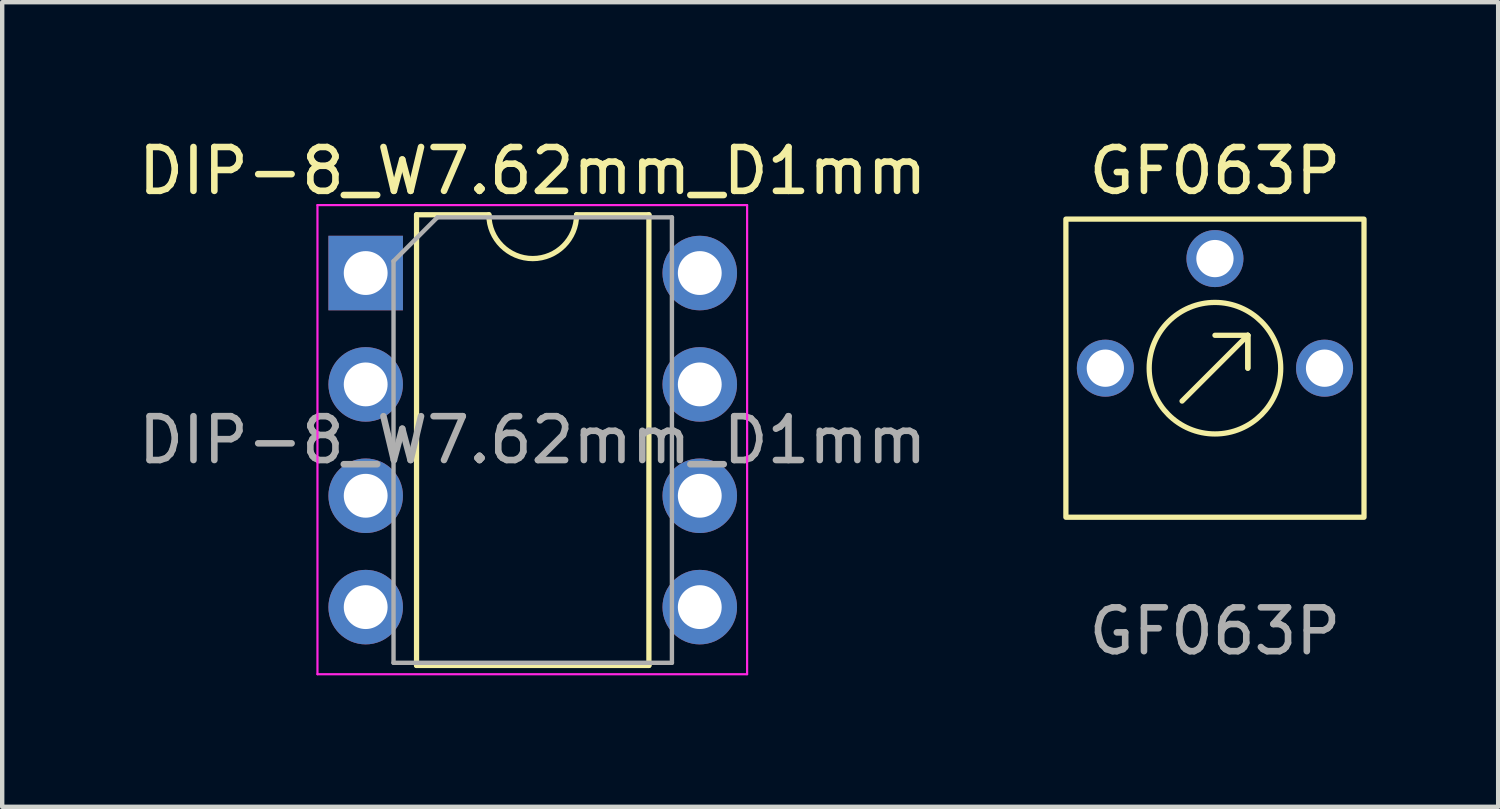
<source format=kicad_pcb>
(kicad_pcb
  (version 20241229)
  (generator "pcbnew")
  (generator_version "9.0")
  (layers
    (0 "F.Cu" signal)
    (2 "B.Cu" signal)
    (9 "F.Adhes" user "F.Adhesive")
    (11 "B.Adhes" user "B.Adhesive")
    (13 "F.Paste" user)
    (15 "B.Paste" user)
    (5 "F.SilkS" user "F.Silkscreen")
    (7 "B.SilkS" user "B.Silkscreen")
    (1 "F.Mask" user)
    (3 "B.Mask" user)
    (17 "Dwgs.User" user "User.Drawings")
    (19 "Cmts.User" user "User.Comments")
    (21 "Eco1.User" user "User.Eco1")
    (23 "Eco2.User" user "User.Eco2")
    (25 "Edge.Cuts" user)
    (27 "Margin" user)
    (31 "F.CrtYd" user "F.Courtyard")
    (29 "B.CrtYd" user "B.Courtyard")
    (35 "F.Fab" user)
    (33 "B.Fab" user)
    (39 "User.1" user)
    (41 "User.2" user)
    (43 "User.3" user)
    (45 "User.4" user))
  (footprint "GF063P"
    (layer "F.Cu")
    (at 24.662 5.348)
    (property "Reference" "GF063P" (at 0 -4.5 0) (unlocked yes) (layer "F.SilkS") (effects (font (size 1 1) (thickness 0.15))))
    (attr through_hole)
    (fp_line (start -0.75 0.75) (end 0.75 -0.75) (stroke (width 0.12) (type solid)) (layer "F.SilkS"))
    (fp_line (start 0.75 -0.75) (end 0 -0.75) (stroke (width 0.12) (type solid)) (layer "F.SilkS"))
    (fp_line (start 0.75 -0.75) (end 0.75 0) (stroke (width 0.12) (type solid)) (layer "F.SilkS"))
    (fp_line (start 0.75 0) (end 0.75 -0.75) (stroke (width 0.12) (type solid)) (layer "F.SilkS"))
    (fp_rect (start -3.4 -3.4) (end 3.4 3.4) (stroke (width 0.12) (type solid)) (fill no) (layer "F.SilkS"))
    (fp_circle (center 0 0) (end 1.5 0) (stroke (width 0.12) (type solid)) (fill no) (layer "F.SilkS"))
    (fp_text user "${REFERENCE}" (at 0 6 0) (unlocked yes) (layer "F.Fab") (effects (font (size 1 1) (thickness 0.15))))
    (pad "1" thru_hole circle (at -2.5 0) (size 1.3 1.3) (drill 0.85) (layers "*.Cu" "*.Mask"))
    (pad "2" thru_hole circle (at 0 -2.5) (size 1.3 1.3) (drill 0.85) (layers "*.Cu" "*.Mask"))
    (pad "3" thru_hole circle (at 2.5 0) (size 1.3 1.3) (drill 0.85) (layers "*.Cu" "*.Mask")))
  (footprint "DIP-8_W7.62mm_D1mm"
    (layer "F.Cu")
    (at 5.291 3.178)
    (property "Reference" "DIP-8_W7.62mm_D1mm" (at 3.81 -2.33 0) (layer "F.SilkS") (effects (font (size 1 1) (thickness 0.15))))
    (attr through_hole)
    (fp_line (start 1.16 -1.33) (end 1.16 8.95) (stroke (width 0.12) (type solid)) (layer "F.SilkS"))
    (fp_line (start 1.16 8.95) (end 6.46 8.95) (stroke (width 0.12) (type solid)) (layer "F.SilkS"))
    (fp_line (start 2.81 -1.33) (end 1.16 -1.33) (stroke (width 0.12) (type solid)) (layer "F.SilkS"))
    (fp_line (start 6.46 -1.33) (end 4.81 -1.33) (stroke (width 0.12) (type solid)) (layer "F.SilkS"))
    (fp_line (start 6.46 8.95) (end 6.46 -1.33) (stroke (width 0.12) (type solid)) (layer "F.SilkS"))
    (fp_arc (start 4.81 -1.33) (mid 3.81 -0.33) (end 2.81 -1.33) (stroke (width 0.12) (type solid)) (layer "F.SilkS"))
    (fp_line (start -1.1 -1.55) (end -1.1 9.15) (stroke (width 0.05) (type solid)) (layer "F.CrtYd"))
    (fp_line (start -1.1 9.15) (end 8.7 9.15) (stroke (width 0.05) (type solid)) (layer "F.CrtYd"))
    (fp_line (start 8.7 -1.55) (end -1.1 -1.55) (stroke (width 0.05) (type solid)) (layer "F.CrtYd"))
    (fp_line (start 8.7 9.15) (end 8.7 -1.55) (stroke (width 0.05) (type solid)) (layer "F.CrtYd"))
    (fp_line (start 0.635 -0.27) (end 1.635 -1.27) (stroke (width 0.1) (type solid)) (layer "F.Fab"))
    (fp_line (start 0.635 8.89) (end 0.635 -0.27) (stroke (width 0.1) (type solid)) (layer "F.Fab"))
    (fp_line (start 1.635 -1.27) (end 6.985 -1.27) (stroke (width 0.1) (type solid)) (layer "F.Fab"))
    (fp_line (start 6.985 -1.27) (end 6.985 8.89) (stroke (width 0.1) (type solid)) (layer "F.Fab"))
    (fp_line (start 6.985 8.89) (end 0.635 8.89) (stroke (width 0.1) (type solid)) (layer "F.Fab"))
    (fp_text user "${REFERENCE}" (at 3.81 3.81 0) (layer "F.Fab") (effects (font (size 1 1) (thickness 0.15))))
    (pad "1" thru_hole rect (at 0 0) (size 1.7 1.7) (drill 1) (layers "*.Cu" "*.Mask"))
    (pad "2" thru_hole oval (at 0 2.54) (size 1.7 1.7) (drill 1) (layers "*.Cu" "*.Mask"))
    (pad "3" thru_hole oval (at 0 5.08) (size 1.7 1.7) (drill 1) (layers "*.Cu" "*.Mask"))
    (pad "4" thru_hole oval (at 0 7.62) (size 1.7 1.7) (drill 1) (layers "*.Cu" "*.Mask"))
    (pad "5" thru_hole oval (at 7.62 7.62) (size 1.7 1.7) (drill 1) (layers "*.Cu" "*.Mask"))
    (pad "6" thru_hole oval (at 7.62 5.08) (size 1.7 1.7) (drill 1) (layers "*.Cu" "*.Mask"))
    (pad "7" thru_hole oval (at 7.62 2.54) (size 1.7 1.7) (drill 1) (layers "*.Cu" "*.Mask"))
    (pad "8" thru_hole oval (at 7.62 0) (size 1.7 1.7) (drill 1) (layers "*.Cu" "*.Mask")))
  (gr_rect
    (start -3 -3)
    (end 31.122 15.353)
    (stroke (width 0.1) (type default))
    (fill no)
    (layer "Edge.Cuts")))
</source>
